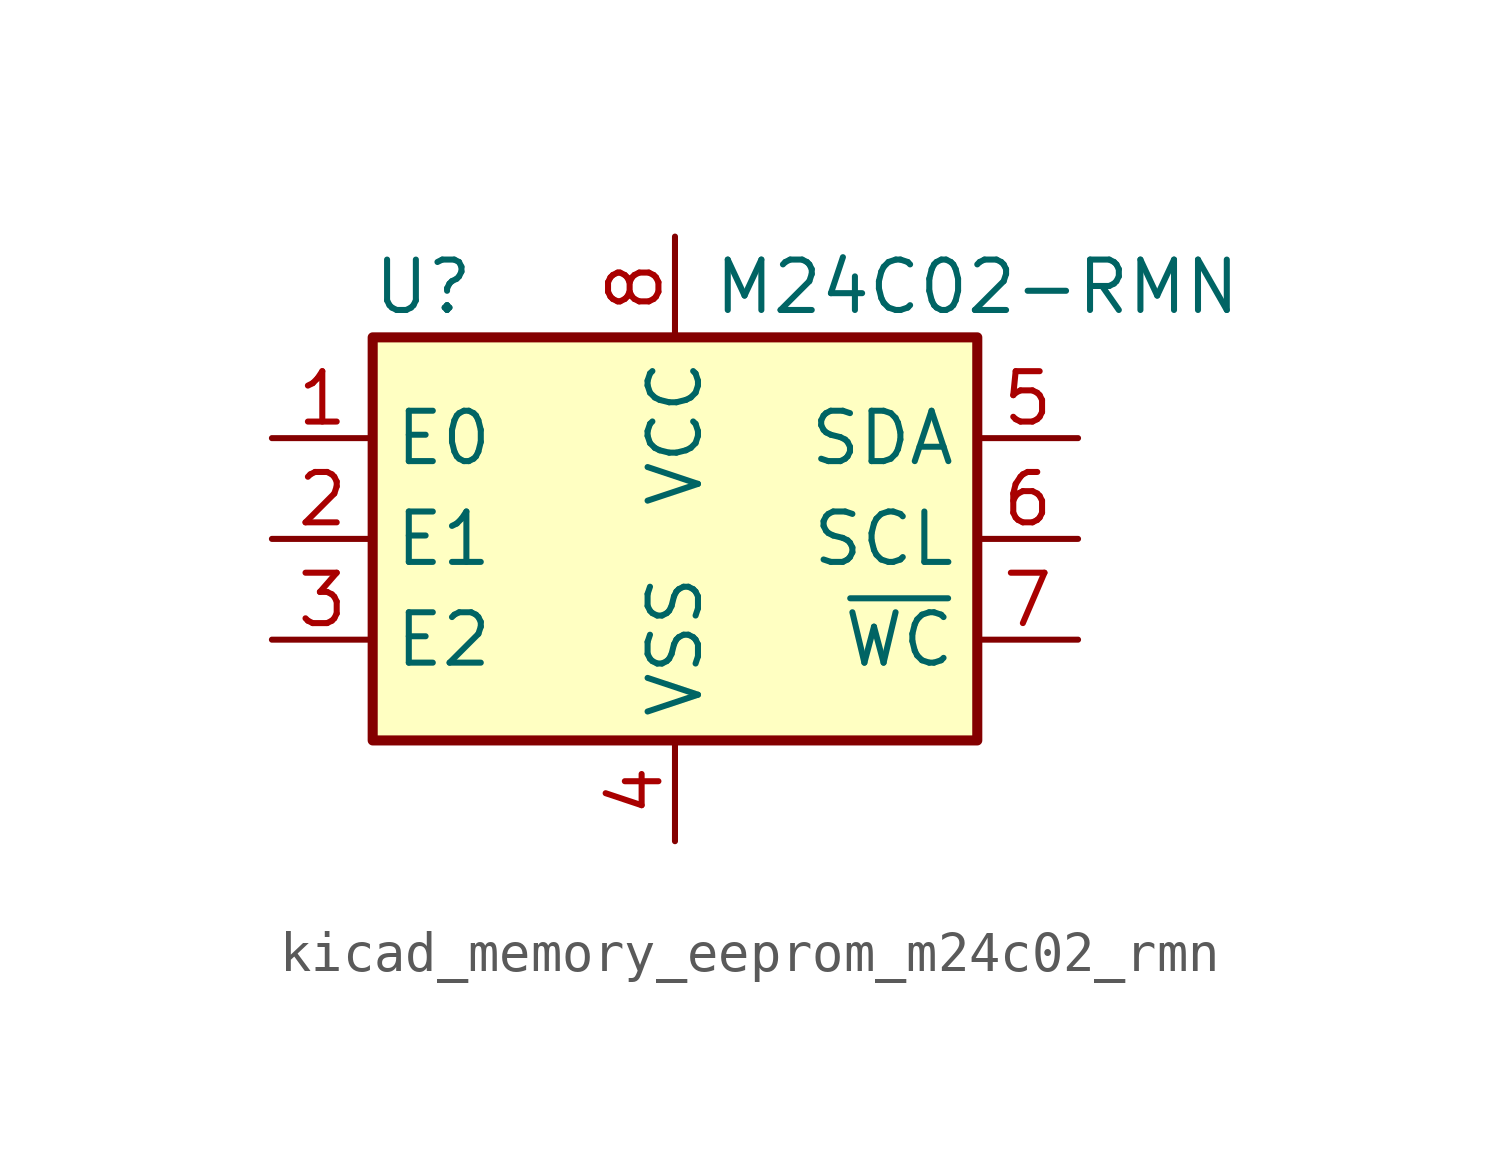
<source format=kicad_sym>
(kicad_symbol_lib
  (version 20220914)
  (generator kicad_symbol_editor)
  (symbol "kicad_memory_eeprom_m24c02_rmn"
    (property "Reference" "U"
      (at -6.35 6.35 0)
      (effects (font (size 1.27 1.27))))
    (property "Value" "M24C02-RMN"
      (at 7.62 6.35 0)
      (effects (font (size 1.27 1.27))))
    (symbol "kicad_memory_eeprom_m24c02_rmn_0_1"
      (rectangle (start -7.62 5.08) (end 7.62 -5.08) (stroke (width 0.254) (type default)) (fill (type background))))
    (symbol "kicad_memory_eeprom_m24c02_rmn_1_1"
      (pin input line (at -10.16 2.54 0) (length 2.54) (name "E0" (effects (font (size 1.27 1.27)))) (number "1" (effects (font (size 1.27 1.27)))))
      (pin input line (at -10.16 0 0) (length 2.54) (name "E1" (effects (font (size 1.27 1.27)))) (number "2" (effects (font (size 1.27 1.27)))))
      (pin input line (at -10.16 -2.54 0) (length 2.54) (name "E2" (effects (font (size 1.27 1.27)))) (number "3" (effects (font (size 1.27 1.27)))))
      (pin power_in line (at 0 -7.62 90) (length 2.54) (name "VSS" (effects (font (size 1.27 1.27)))) (number "4" (effects (font (size 1.27 1.27)))))
      (pin bidirectional line (at 10.16 2.54 180) (length 2.54) (name "SDA" (effects (font (size 1.27 1.27)))) (number "5" (effects (font (size 1.27 1.27)))))
      (pin input line (at 10.16 0 180) (length 2.54) (name "SCL" (effects (font (size 1.27 1.27)))) (number "6" (effects (font (size 1.27 1.27)))))
      (pin input line (at 10.16 -2.54 180) (length 2.54) (name "~{WC}" (effects (font (size 1.27 1.27)))) (number "7" (effects (font (size 1.27 1.27)))))
      (pin power_in line (at 0 7.62 270) (length 2.54) (name "VCC" (effects (font (size 1.27 1.27)))) (number "8" (effects (font (size 1.27 1.27))))))))
</source>
